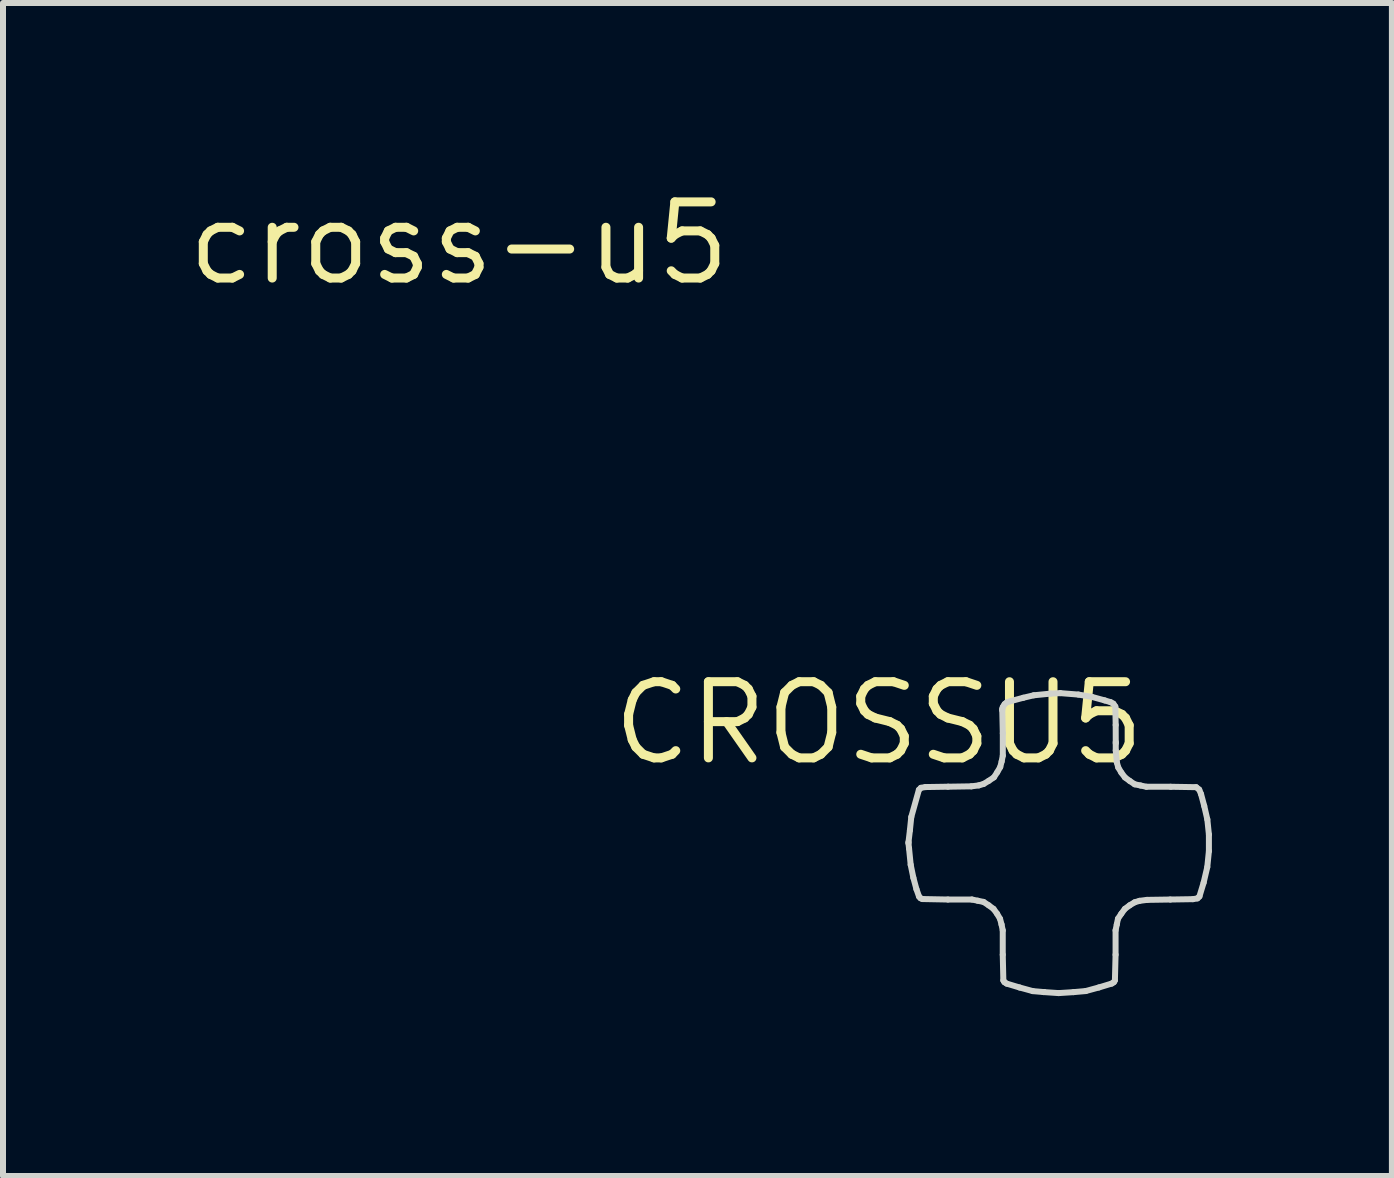
<source format=kicad_pcb>
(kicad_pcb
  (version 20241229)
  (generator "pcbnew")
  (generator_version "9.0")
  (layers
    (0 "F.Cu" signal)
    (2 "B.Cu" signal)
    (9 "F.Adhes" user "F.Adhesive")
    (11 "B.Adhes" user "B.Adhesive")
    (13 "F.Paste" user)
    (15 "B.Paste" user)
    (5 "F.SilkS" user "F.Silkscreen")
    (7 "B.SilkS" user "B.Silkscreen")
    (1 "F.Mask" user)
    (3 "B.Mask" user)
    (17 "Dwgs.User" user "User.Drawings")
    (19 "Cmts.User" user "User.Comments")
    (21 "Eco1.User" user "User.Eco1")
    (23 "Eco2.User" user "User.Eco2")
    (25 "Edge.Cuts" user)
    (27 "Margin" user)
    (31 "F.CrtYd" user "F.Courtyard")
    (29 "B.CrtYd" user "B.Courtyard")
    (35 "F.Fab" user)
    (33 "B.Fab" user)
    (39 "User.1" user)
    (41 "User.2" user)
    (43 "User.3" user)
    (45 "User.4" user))
  (footprint "cross-u5"
    (layer "F.Cu")
    (at 4.603 1.006)
    (property "Reference" "cross-u5" (at 0 0 0) (layer "F.SilkS") (effects (font (size 1.27 1.27) (thickness 0.15))))
    (attr through_hole)
    (fp_line (start 7.493 10.002) (end 7.494 9.981) (stroke (width 0.1) (type solid)) (layer "Edge.Cuts"))
    (fp_line (start 7.494 9.981) (end 7.517 9.788) (stroke (width 0.1) (type solid)) (layer "Edge.Cuts"))
    (fp_line (start 7.503 10.091) (end 7.493 10.002) (stroke (width 0.1) (type solid)) (layer "Edge.Cuts"))
    (fp_line (start 7.517 9.788) (end 7.54 9.565) (stroke (width 0.1) (type solid)) (layer "Edge.Cuts"))
    (fp_line (start 7.53 10.361) (end 7.503 10.091) (stroke (width 0.1) (type solid)) (layer "Edge.Cuts"))
    (fp_line (start 7.54 9.565) (end 7.667 9.112) (stroke (width 0.1) (type solid)) (layer "Edge.Cuts"))
    (fp_line (start 7.575 10.579) (end 7.53 10.361) (stroke (width 0.1) (type solid)) (layer "Edge.Cuts"))
    (fp_line (start 7.626 10.768) (end 7.575 10.579) (stroke (width 0.1) (type solid)) (layer "Edge.Cuts"))
    (fp_line (start 7.667 9.112) (end 7.7 9.079) (stroke (width 0.1) (type solid)) (layer "Edge.Cuts"))
    (fp_line (start 7.669 10.891) (end 7.626 10.768) (stroke (width 0.1) (type solid)) (layer "Edge.Cuts"))
    (fp_line (start 7.694 10.919) (end 7.669 10.891) (stroke (width 0.1) (type solid)) (layer "Edge.Cuts"))
    (fp_line (start 7.7 9.079) (end 7.775 9.066) (stroke (width 0.1) (type solid)) (layer "Edge.Cuts"))
    (fp_line (start 7.727 10.933) (end 7.694 10.919) (stroke (width 0.1) (type solid)) (layer "Edge.Cuts"))
    (fp_line (start 7.775 9.066) (end 8.153 9.06) (stroke (width 0.1) (type solid)) (layer "Edge.Cuts"))
    (fp_line (start 8.151 10.941) (end 7.727 10.933) (stroke (width 0.1) (type solid)) (layer "Edge.Cuts"))
    (fp_line (start 8.153 9.06) (end 8.541 9.054) (stroke (width 0.1) (type solid)) (layer "Edge.Cuts"))
    (fp_line (start 8.541 9.054) (end 8.666 9.038) (stroke (width 0.1) (type solid)) (layer "Edge.Cuts"))
    (fp_line (start 8.551 10.941) (end 8.151 10.941) (stroke (width 0.1) (type solid)) (layer "Edge.Cuts"))
    (fp_line (start 8.648 10.961) (end 8.551 10.941) (stroke (width 0.1) (type solid)) (layer "Edge.Cuts"))
    (fp_line (start 8.666 9.038) (end 8.746 9.014) (stroke (width 0.1) (type solid)) (layer "Edge.Cuts"))
    (fp_line (start 8.745 10.981) (end 8.648 10.961) (stroke (width 0.1) (type solid)) (layer "Edge.Cuts"))
    (fp_line (start 8.746 9.014) (end 8.832 8.962) (stroke (width 0.1) (type solid)) (layer "Edge.Cuts"))
    (fp_line (start 8.83 11.037) (end 8.745 10.981) (stroke (width 0.1) (type solid)) (layer "Edge.Cuts"))
    (fp_line (start 8.832 8.962) (end 8.918 8.904) (stroke (width 0.1) (type solid)) (layer "Edge.Cuts"))
    (fp_line (start 8.911 11.097) (end 8.83 11.037) (stroke (width 0.1) (type solid)) (layer "Edge.Cuts"))
    (fp_line (start 8.918 8.904) (end 8.973 8.819) (stroke (width 0.1) (type solid)) (layer "Edge.Cuts"))
    (fp_line (start 8.97 11.177) (end 8.911 11.097) (stroke (width 0.1) (type solid)) (layer "Edge.Cuts"))
    (fp_line (start 8.973 8.819) (end 9.023 8.732) (stroke (width 0.1) (type solid)) (layer "Edge.Cuts"))
    (fp_line (start 9.02 11.263) (end 8.97 11.177) (stroke (width 0.1) (type solid)) (layer "Edge.Cuts"))
    (fp_line (start 9.023 8.732) (end 9.047 8.638) (stroke (width 0.1) (type solid)) (layer "Edge.Cuts"))
    (fp_line (start 9.045 11.358) (end 9.02 11.263) (stroke (width 0.1) (type solid)) (layer "Edge.Cuts"))
    (fp_line (start 9.047 8.638) (end 9.066 8.542) (stroke (width 0.1) (type solid)) (layer "Edge.Cuts"))
    (fp_line (start 9.057 7.764) (end 9.066 7.732) (stroke (width 0.1) (type solid)) (layer "Edge.Cuts"))
    (fp_line (start 9.057 7.787) (end 9.057 7.764) (stroke (width 0.1) (type solid)) (layer "Edge.Cuts"))
    (fp_line (start 9.065 11.455) (end 9.045 11.358) (stroke (width 0.1) (type solid)) (layer "Edge.Cuts"))
    (fp_line (start 9.065 11.861) (end 9.065 11.455) (stroke (width 0.1) (type solid)) (layer "Edge.Cuts"))
    (fp_line (start 9.066 7.732) (end 9.096 7.683) (stroke (width 0.1) (type solid)) (layer "Edge.Cuts"))
    (fp_line (start 9.066 8.169) (end 9.057 7.787) (stroke (width 0.1) (type solid)) (layer "Edge.Cuts"))
    (fp_line (start 9.066 8.542) (end 9.066 8.169) (stroke (width 0.1) (type solid)) (layer "Edge.Cuts"))
    (fp_line (start 9.075 12.289) (end 9.065 11.861) (stroke (width 0.1) (type solid)) (layer "Edge.Cuts"))
    (fp_line (start 9.093 12.319) (end 9.075 12.289) (stroke (width 0.1) (type solid)) (layer "Edge.Cuts"))
    (fp_line (start 9.096 7.683) (end 9.133 7.654) (stroke (width 0.1) (type solid)) (layer "Edge.Cuts"))
    (fp_line (start 9.131 12.343) (end 9.093 12.319) (stroke (width 0.1) (type solid)) (layer "Edge.Cuts"))
    (fp_line (start 9.133 7.654) (end 9.192 7.635) (stroke (width 0.1) (type solid)) (layer "Edge.Cuts"))
    (fp_line (start 9.192 7.635) (end 9.408 7.577) (stroke (width 0.1) (type solid)) (layer "Edge.Cuts"))
    (fp_line (start 9.347 12.408) (end 9.131 12.343) (stroke (width 0.1) (type solid)) (layer "Edge.Cuts"))
    (fp_line (start 9.408 7.577) (end 9.582 7.536) (stroke (width 0.1) (type solid)) (layer "Edge.Cuts"))
    (fp_line (start 9.566 12.468) (end 9.347 12.408) (stroke (width 0.1) (type solid)) (layer "Edge.Cuts"))
    (fp_line (start 9.582 7.536) (end 9.864 7.508) (stroke (width 0.1) (type solid)) (layer "Edge.Cuts"))
    (fp_line (start 9.75 12.484) (end 9.75 12.484) (stroke (width 0.1) (type solid)) (layer "Edge.Cuts"))
    (fp_line (start 9.75 12.484) (end 9.566 12.468) (stroke (width 0.1) (type solid)) (layer "Edge.Cuts"))
    (fp_line (start 9.75 12.484) (end 9.75 12.484) (stroke (width 0.1) (type solid)) (layer "Edge.Cuts"))
    (fp_line (start 9.864 7.508) (end 10.025 7.5) (stroke (width 0.1) (type solid)) (layer "Edge.Cuts"))
    (fp_line (start 9.997 12.501) (end 9.75 12.484) (stroke (width 0.1) (type solid)) (layer "Edge.Cuts"))
    (fp_line (start 10.025 7.5) (end 10.326 7.524) (stroke (width 0.1) (type solid)) (layer "Edge.Cuts"))
    (fp_line (start 10.245 12.485) (end 9.997 12.501) (stroke (width 0.1) (type solid)) (layer "Edge.Cuts"))
    (fp_line (start 10.326 7.524) (end 10.549 7.562) (stroke (width 0.1) (type solid)) (layer "Edge.Cuts"))
    (fp_line (start 10.448 12.467) (end 10.245 12.485) (stroke (width 0.1) (type solid)) (layer "Edge.Cuts"))
    (fp_line (start 10.549 7.562) (end 10.764 7.621) (stroke (width 0.1) (type solid)) (layer "Edge.Cuts"))
    (fp_line (start 10.668 12.407) (end 10.448 12.467) (stroke (width 0.1) (type solid)) (layer "Edge.Cuts"))
    (fp_line (start 10.764 7.621) (end 10.864 7.651) (stroke (width 0.1) (type solid)) (layer "Edge.Cuts"))
    (fp_line (start 10.864 7.651) (end 10.909 7.676) (stroke (width 0.1) (type solid)) (layer "Edge.Cuts"))
    (fp_line (start 10.882 12.342) (end 10.668 12.407) (stroke (width 0.1) (type solid)) (layer "Edge.Cuts"))
    (fp_line (start 10.909 7.676) (end 10.942 7.724) (stroke (width 0.1) (type solid)) (layer "Edge.Cuts"))
    (fp_line (start 10.918 12.319) (end 10.882 12.342) (stroke (width 0.1) (type solid)) (layer "Edge.Cuts"))
    (fp_line (start 10.935 12.289) (end 10.918 12.319) (stroke (width 0.1) (type solid)) (layer "Edge.Cuts"))
    (fp_line (start 10.942 7.724) (end 10.948 8.031) (stroke (width 0.1) (type solid)) (layer "Edge.Cuts"))
    (fp_line (start 10.946 11.861) (end 10.935 12.289) (stroke (width 0.1) (type solid)) (layer "Edge.Cuts"))
    (fp_line (start 10.946 11.455) (end 10.946 11.861) (stroke (width 0.1) (type solid)) (layer "Edge.Cuts"))
    (fp_line (start 10.948 8.031) (end 10.949 8.315) (stroke (width 0.1) (type solid)) (layer "Edge.Cuts"))
    (fp_line (start 10.949 8.315) (end 10.949 8.337) (stroke (width 0.1) (type solid)) (layer "Edge.Cuts"))
    (fp_line (start 10.949 8.337) (end 10.949 8.456) (stroke (width 0.1) (type solid)) (layer "Edge.Cuts"))
    (fp_line (start 10.949 8.456) (end 10.968 8.657) (stroke (width 0.1) (type solid)) (layer "Edge.Cuts"))
    (fp_line (start 10.966 11.358) (end 10.946 11.455) (stroke (width 0.1) (type solid)) (layer "Edge.Cuts"))
    (fp_line (start 10.968 8.657) (end 10.991 8.74) (stroke (width 0.1) (type solid)) (layer "Edge.Cuts"))
    (fp_line (start 10.986 11.261) (end 10.966 11.358) (stroke (width 0.1) (type solid)) (layer "Edge.Cuts"))
    (fp_line (start 10.991 8.74) (end 11.042 8.825) (stroke (width 0.1) (type solid)) (layer "Edge.Cuts"))
    (fp_line (start 11.042 11.177) (end 10.986 11.261) (stroke (width 0.1) (type solid)) (layer "Edge.Cuts"))
    (fp_line (start 11.042 8.825) (end 11.102 8.905) (stroke (width 0.1) (type solid)) (layer "Edge.Cuts"))
    (fp_line (start 11.101 11.097) (end 11.042 11.177) (stroke (width 0.1) (type solid)) (layer "Edge.Cuts"))
    (fp_line (start 11.102 8.905) (end 11.182 8.964) (stroke (width 0.1) (type solid)) (layer "Edge.Cuts"))
    (fp_line (start 11.182 8.964) (end 11.265 9.02) (stroke (width 0.1) (type solid)) (layer "Edge.Cuts"))
    (fp_line (start 11.182 11.037) (end 11.101 11.097) (stroke (width 0.1) (type solid)) (layer "Edge.Cuts"))
    (fp_line (start 11.265 9.02) (end 11.362 9.04) (stroke (width 0.1) (type solid)) (layer "Edge.Cuts"))
    (fp_line (start 11.265 10.987) (end 11.182 11.037) (stroke (width 0.1) (type solid)) (layer "Edge.Cuts"))
    (fp_line (start 11.345 10.963) (end 11.265 10.987) (stroke (width 0.1) (type solid)) (layer "Edge.Cuts"))
    (fp_line (start 11.362 9.04) (end 11.46 9.061) (stroke (width 0.1) (type solid)) (layer "Edge.Cuts"))
    (fp_line (start 11.46 9.061) (end 11.865 9.061) (stroke (width 0.1) (type solid)) (layer "Edge.Cuts"))
    (fp_line (start 11.47 10.947) (end 11.345 10.963) (stroke (width 0.1) (type solid)) (layer "Edge.Cuts"))
    (fp_line (start 11.858 10.941) (end 11.47 10.947) (stroke (width 0.1) (type solid)) (layer "Edge.Cuts"))
    (fp_line (start 11.865 9.061) (end 12.29 9.068) (stroke (width 0.1) (type solid)) (layer "Edge.Cuts"))
    (fp_line (start 12.236 10.935) (end 11.858 10.941) (stroke (width 0.1) (type solid)) (layer "Edge.Cuts"))
    (fp_line (start 12.29 9.068) (end 12.34 9.108) (stroke (width 0.1) (type solid)) (layer "Edge.Cuts"))
    (fp_line (start 12.311 10.922) (end 12.236 10.935) (stroke (width 0.1) (type solid)) (layer "Edge.Cuts"))
    (fp_line (start 12.34 9.108) (end 12.371 9.183) (stroke (width 0.1) (type solid)) (layer "Edge.Cuts"))
    (fp_line (start 12.344 10.89) (end 12.311 10.922) (stroke (width 0.1) (type solid)) (layer "Edge.Cuts"))
    (fp_line (start 12.371 9.183) (end 12.424 9.381) (stroke (width 0.1) (type solid)) (layer "Edge.Cuts"))
    (fp_line (start 12.414 10.66) (end 12.344 10.89) (stroke (width 0.1) (type solid)) (layer "Edge.Cuts"))
    (fp_line (start 12.424 9.381) (end 12.476 9.606) (stroke (width 0.1) (type solid)) (layer "Edge.Cuts"))
    (fp_line (start 12.475 10.4) (end 12.414 10.66) (stroke (width 0.1) (type solid)) (layer "Edge.Cuts"))
    (fp_line (start 12.476 9.606) (end 12.502 9.857) (stroke (width 0.1) (type solid)) (layer "Edge.Cuts"))
    (fp_line (start 12.502 9.857) (end 12.502 10.134) (stroke (width 0.1) (type solid)) (layer "Edge.Cuts"))
    (fp_line (start 12.502 10.134) (end 12.475 10.4) (stroke (width 0.1) (type solid)) (layer "Edge.Cuts"))
    (fp_text user "CROSSU5" (at 7 8 0) (layer "F.SilkS") (effects (font (size 1.27 1.27) (thickness 0.15)))))
  (gr_rect
    (start -3 -3)
    (end 20.156 16.557)
    (stroke (width 0.1) (type default))
    (fill no)
    (layer "Edge.Cuts")))
</source>
